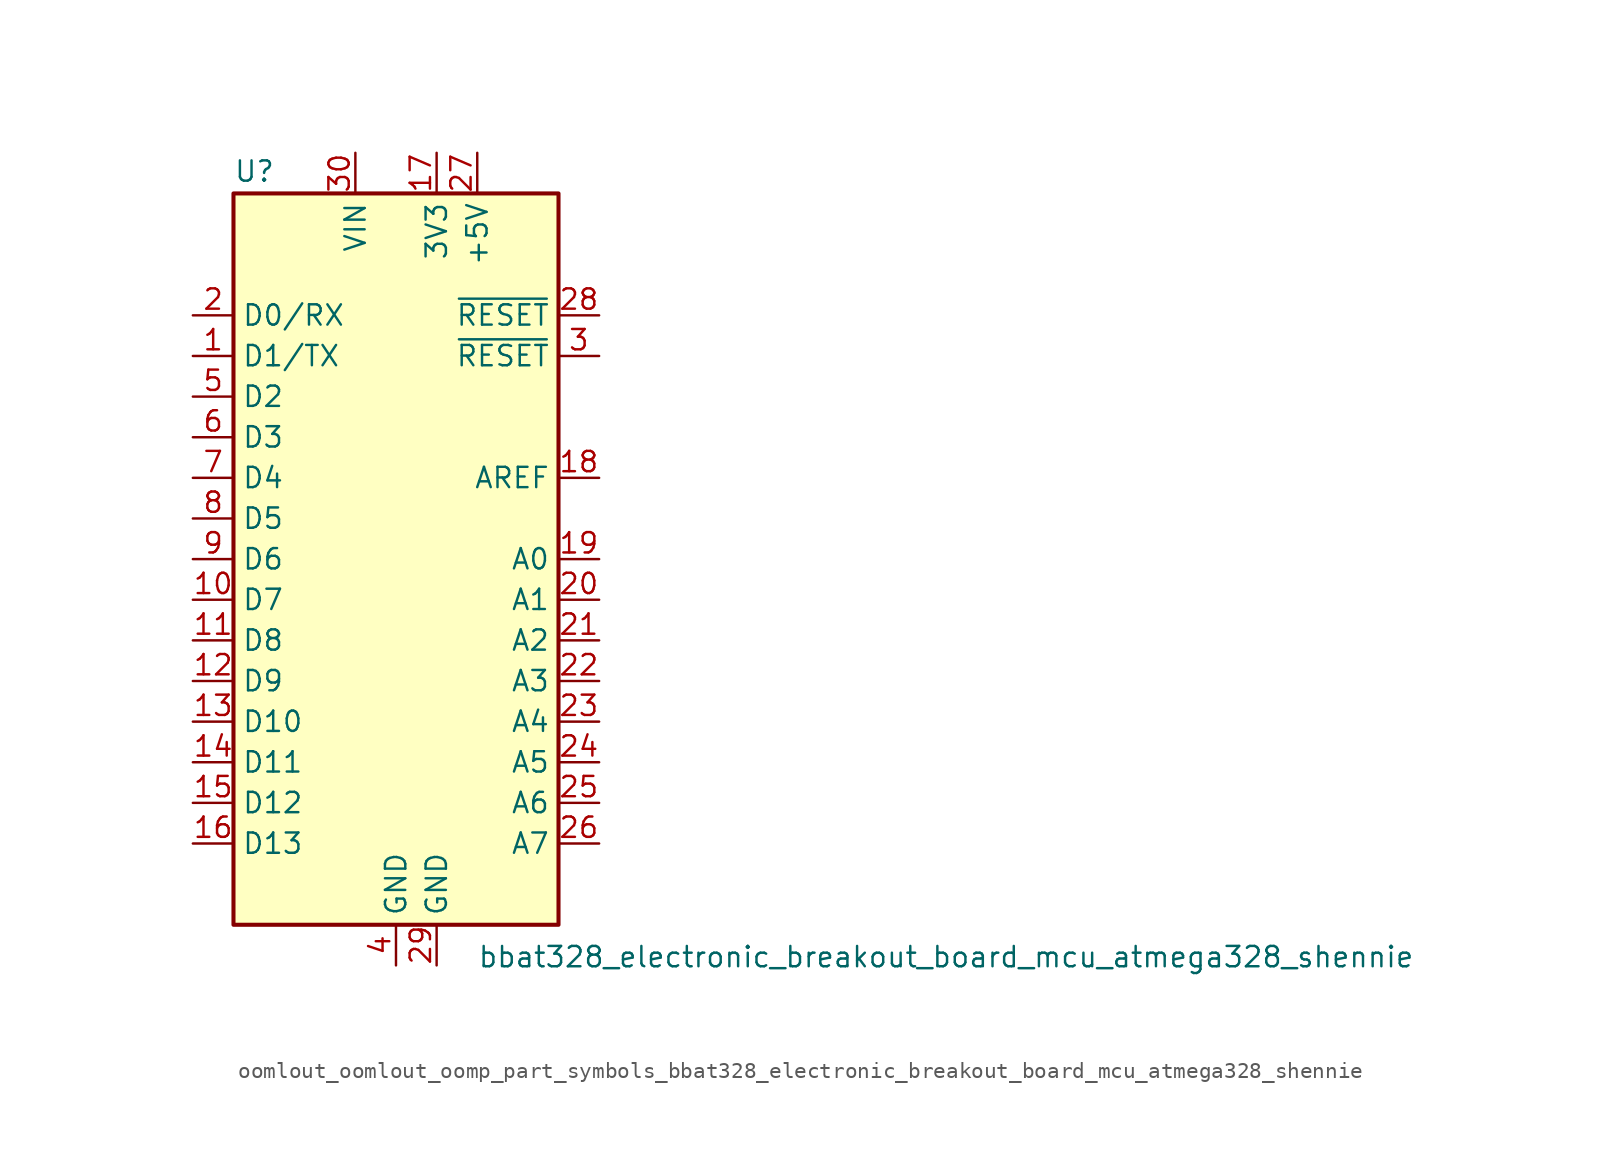
<source format=kicad_sym>
(kicad_symbol_lib
  (version 20220914)
  (generator kicad_symbol_editor)
  (symbol "oomlout_oomlout_oomp_part_symbols_bbat328_electronic_breakout_board_mcu_atmega328_shennie"
    (property "Reference" "U"
      (at -10.16 23.495 0)
      (effects (font (size 1.27 1.27)) (justify left bottom)))
    (property "Value" "bbat328_electronic_breakout_board_mcu_atmega328_shennie"
      (at 5.08 -24.13 0)
      (effects (font (size 1.27 1.27)) (justify left top)))
    (symbol "oomlout_oomlout_oomp_part_symbols_bbat328_electronic_breakout_board_mcu_atmega328_shennie_0_1"
      (rectangle (start -10.16 22.86) (end 10.16 -22.86) (stroke (width 0.254) (type default)) (fill (type background))))
    (symbol "oomlout_oomlout_oomp_part_symbols_bbat328_electronic_breakout_board_mcu_atmega328_shennie_1_1"
      (pin bidirectional line (at -12.7 12.7 0) (length 2.54) (name "D1/TX" (effects (font (size 1.27 1.27)))) (number "1" (effects (font (size 1.27 1.27)))))
      (pin bidirectional line (at -12.7 -2.54 0) (length 2.54) (name "D7" (effects (font (size 1.27 1.27)))) (number "10" (effects (font (size 1.27 1.27)))))
      (pin bidirectional line (at -12.7 -5.08 0) (length 2.54) (name "D8" (effects (font (size 1.27 1.27)))) (number "11" (effects (font (size 1.27 1.27)))))
      (pin bidirectional line (at -12.7 -7.62 0) (length 2.54) (name "D9" (effects (font (size 1.27 1.27)))) (number "12" (effects (font (size 1.27 1.27)))))
      (pin bidirectional line (at -12.7 -10.16 0) (length 2.54) (name "D10" (effects (font (size 1.27 1.27)))) (number "13" (effects (font (size 1.27 1.27)))))
      (pin bidirectional line (at -12.7 -12.7 0) (length 2.54) (name "D11" (effects (font (size 1.27 1.27)))) (number "14" (effects (font (size 1.27 1.27)))))
      (pin bidirectional line (at -12.7 -15.24 0) (length 2.54) (name "D12" (effects (font (size 1.27 1.27)))) (number "15" (effects (font (size 1.27 1.27)))))
      (pin bidirectional line (at -12.7 -17.78 0) (length 2.54) (name "D13" (effects (font (size 1.27 1.27)))) (number "16" (effects (font (size 1.27 1.27)))))
      (pin power_out line (at 2.54 25.4 270) (length 2.54) (name "3V3" (effects (font (size 1.27 1.27)))) (number "17" (effects (font (size 1.27 1.27)))))
      (pin input line (at 12.7 5.08 180) (length 2.54) (name "AREF" (effects (font (size 1.27 1.27)))) (number "18" (effects (font (size 1.27 1.27)))))
      (pin bidirectional line (at 12.7 0 180) (length 2.54) (name "A0" (effects (font (size 1.27 1.27)))) (number "19" (effects (font (size 1.27 1.27)))))
      (pin bidirectional line (at -12.7 15.24 0) (length 2.54) (name "D0/RX" (effects (font (size 1.27 1.27)))) (number "2" (effects (font (size 1.27 1.27)))))
      (pin bidirectional line (at 12.7 -2.54 180) (length 2.54) (name "A1" (effects (font (size 1.27 1.27)))) (number "20" (effects (font (size 1.27 1.27)))))
      (pin bidirectional line (at 12.7 -5.08 180) (length 2.54) (name "A2" (effects (font (size 1.27 1.27)))) (number "21" (effects (font (size 1.27 1.27)))))
      (pin bidirectional line (at 12.7 -7.62 180) (length 2.54) (name "A3" (effects (font (size 1.27 1.27)))) (number "22" (effects (font (size 1.27 1.27)))))
      (pin bidirectional line (at 12.7 -10.16 180) (length 2.54) (name "A4" (effects (font (size 1.27 1.27)))) (number "23" (effects (font (size 1.27 1.27)))))
      (pin bidirectional line (at 12.7 -12.7 180) (length 2.54) (name "A5" (effects (font (size 1.27 1.27)))) (number "24" (effects (font (size 1.27 1.27)))))
      (pin bidirectional line (at 12.7 -15.24 180) (length 2.54) (name "A6" (effects (font (size 1.27 1.27)))) (number "25" (effects (font (size 1.27 1.27)))))
      (pin bidirectional line (at 12.7 -17.78 180) (length 2.54) (name "A7" (effects (font (size 1.27 1.27)))) (number "26" (effects (font (size 1.27 1.27)))))
      (pin power_out line (at 5.08 25.4 270) (length 2.54) (name "+5V" (effects (font (size 1.27 1.27)))) (number "27" (effects (font (size 1.27 1.27)))))
      (pin input line (at 12.7 15.24 180) (length 2.54) (name "~{RESET}" (effects (font (size 1.27 1.27)))) (number "28" (effects (font (size 1.27 1.27)))))
      (pin power_in line (at 2.54 -25.4 90) (length 2.54) (name "GND" (effects (font (size 1.27 1.27)))) (number "29" (effects (font (size 1.27 1.27)))))
      (pin input line (at 12.7 12.7 180) (length 2.54) (name "~{RESET}" (effects (font (size 1.27 1.27)))) (number "3" (effects (font (size 1.27 1.27)))))
      (pin power_in line (at -2.54 25.4 270) (length 2.54) (name "VIN" (effects (font (size 1.27 1.27)))) (number "30" (effects (font (size 1.27 1.27)))))
      (pin power_in line (at 0 -25.4 90) (length 2.54) (name "GND" (effects (font (size 1.27 1.27)))) (number "4" (effects (font (size 1.27 1.27)))))
      (pin bidirectional line (at -12.7 10.16 0) (length 2.54) (name "D2" (effects (font (size 1.27 1.27)))) (number "5" (effects (font (size 1.27 1.27)))))
      (pin bidirectional line (at -12.7 7.62 0) (length 2.54) (name "D3" (effects (font (size 1.27 1.27)))) (number "6" (effects (font (size 1.27 1.27)))))
      (pin bidirectional line (at -12.7 5.08 0) (length 2.54) (name "D4" (effects (font (size 1.27 1.27)))) (number "7" (effects (font (size 1.27 1.27)))))
      (pin bidirectional line (at -12.7 2.54 0) (length 2.54) (name "D5" (effects (font (size 1.27 1.27)))) (number "8" (effects (font (size 1.27 1.27)))))
      (pin bidirectional line (at -12.7 0 0) (length 2.54) (name "D6" (effects (font (size 1.27 1.27)))) (number "9" (effects (font (size 1.27 1.27))))))))
</source>
